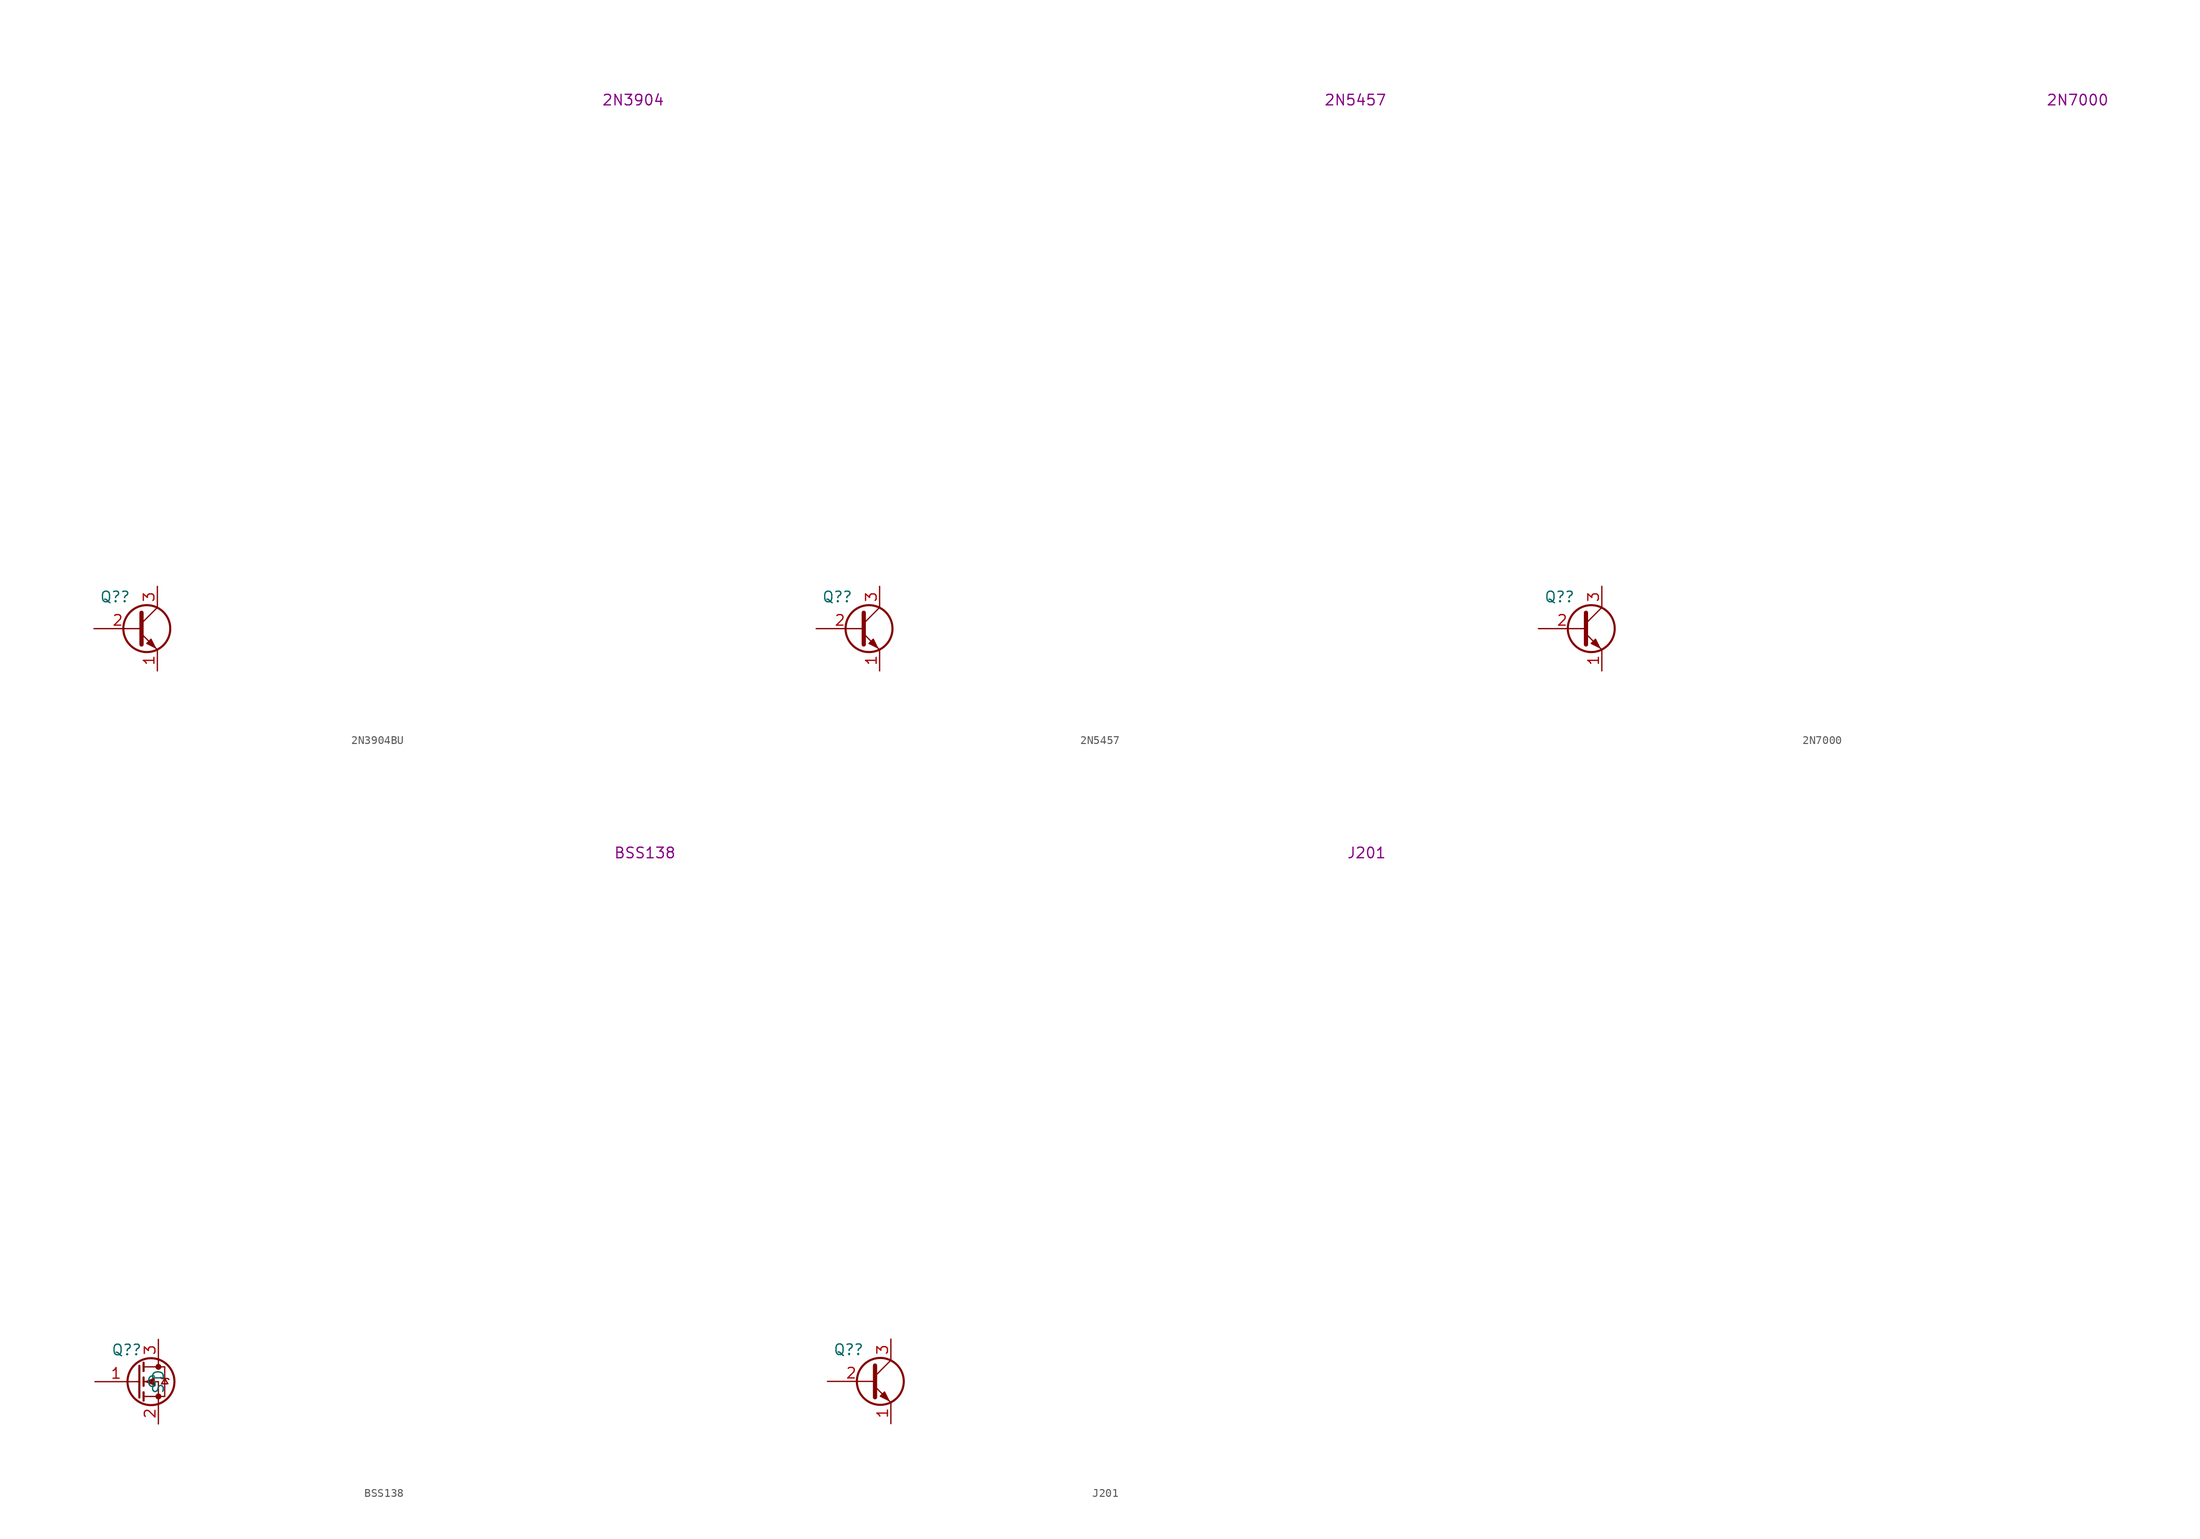
<source format=kicad_sym>
(kicad_symbol_lib
  (version 20241209)
  (generator "kicad_symbol_editor")
  (generator_version "9.0")
  (symbol "2N3904BU"
    (pin_names
      (offset 1.016))
    (property "Reference" "Q?"
      (at -3.81 3.81 0)
      (effects (font (size 1.27 1.27))))
    (property "_Value_" "2N3904"
      (at 58.42 63.5 0)
      (effects (font (size 1.27 1.27))))
    (symbol "2N3904BU_1_1"
      (polyline (pts (xy -0.635 1.905) (xy -0.635 -1.905) (xy -0.635 -1.905)) (stroke (width 0.508) (type solid)) (fill (type none)))
      (polyline (pts (xy -0.635 0.635) (xy 1.27 2.54)) (stroke (width 0) (type solid)) (fill (type none)))
      (polyline (pts (xy -0.635 -0.635) (xy 1.27 -2.54) (xy 1.27 -2.54)) (stroke (width 0) (type solid)) (fill (type none)))
      (circle (center 0 0) (radius 2.819) (stroke (width 0.254) (type solid)) (fill (type none)))
      (polyline (pts (xy 0 -1.778) (xy 0.508 -1.27) (xy 1.016 -2.286) (xy 0 -1.778) (xy 0 -1.778)) (stroke (width 0) (type solid)) (fill (type outline)))
      (pin passive line (at -6.35 0 0) (length 5.715) (name "~" (effects (font (size 1.27 1.27)))) (number "2" (effects (font (size 1.27 1.27)))))
      (pin passive line (at 1.27 5.08 270) (length 2.54) (name "~" (effects (font (size 1.27 1.27)))) (number "3" (effects (font (size 1.27 1.27)))))
      (pin passive line (at 1.27 -5.08 90) (length 2.54) (name "~" (effects (font (size 1.27 1.27)))) (number "1" (effects (font (size 1.27 1.27)))))))
  (symbol "2N5457"
    (pin_names
      (offset 1.016))
    (property "Reference" "Q?"
      (at -3.81 3.81 0)
      (effects (font (size 1.27 1.27))))
    (property "_Value_" "2N5457"
      (at 58.42 63.5 0)
      (effects (font (size 1.27 1.27))))
    (symbol "2N5457_1_1"
      (polyline (pts (xy -0.635 1.905) (xy -0.635 -1.905) (xy -0.635 -1.905)) (stroke (width 0.508) (type solid)) (fill (type none)))
      (polyline (pts (xy -0.635 0.635) (xy 1.27 2.54)) (stroke (width 0) (type solid)) (fill (type none)))
      (polyline (pts (xy -0.635 -0.635) (xy 1.27 -2.54) (xy 1.27 -2.54)) (stroke (width 0) (type solid)) (fill (type none)))
      (circle (center 0 0) (radius 2.819) (stroke (width 0.254) (type solid)) (fill (type none)))
      (polyline (pts (xy 0 -1.778) (xy 0.508 -1.27) (xy 1.016 -2.286) (xy 0 -1.778) (xy 0 -1.778)) (stroke (width 0) (type solid)) (fill (type outline)))
      (pin passive line (at -6.35 0 0) (length 5.715) (name "~" (effects (font (size 1.27 1.27)))) (number "2" (effects (font (size 1.27 1.27)))))
      (pin passive line (at 1.27 5.08 270) (length 2.54) (name "~" (effects (font (size 1.27 1.27)))) (number "3" (effects (font (size 1.27 1.27)))))
      (pin passive line (at 1.27 -5.08 90) (length 2.54) (name "~" (effects (font (size 1.27 1.27)))) (number "1" (effects (font (size 1.27 1.27)))))))
  (symbol "2N7000"
    (pin_names
      (offset 1.016))
    (property "Reference" "Q?"
      (at -3.81 3.81 0)
      (effects (font (size 1.27 1.27))))
    (property "_Value_" "2N7000"
      (at 58.42 63.5 0)
      (effects (font (size 1.27 1.27))))
    (symbol "2N7000_1_1"
      (polyline (pts (xy -0.635 1.905) (xy -0.635 -1.905) (xy -0.635 -1.905)) (stroke (width 0.508) (type solid)) (fill (type none)))
      (polyline (pts (xy -0.635 0.635) (xy 1.27 2.54)) (stroke (width 0) (type solid)) (fill (type none)))
      (polyline (pts (xy -0.635 -0.635) (xy 1.27 -2.54) (xy 1.27 -2.54)) (stroke (width 0) (type solid)) (fill (type none)))
      (circle (center 0 0) (radius 2.819) (stroke (width 0.254) (type solid)) (fill (type none)))
      (polyline (pts (xy 0 -1.778) (xy 0.508 -1.27) (xy 1.016 -2.286) (xy 0 -1.778) (xy 0 -1.778)) (stroke (width 0) (type solid)) (fill (type outline)))
      (pin passive line (at -6.35 0 0) (length 5.715) (name "~" (effects (font (size 1.27 1.27)))) (number "2" (effects (font (size 1.27 1.27)))))
      (pin passive line (at 1.27 5.08 270) (length 2.54) (name "~" (effects (font (size 1.27 1.27)))) (number "3" (effects (font (size 1.27 1.27)))))
      (pin passive line (at 1.27 -5.08 90) (length 2.54) (name "~" (effects (font (size 1.27 1.27)))) (number "1" (effects (font (size 1.27 1.27)))))))
  (symbol "BSS138"
    (pin_names
      (offset 1.016))
    (property "Reference" "Q?"
      (at -3.81 3.81 0)
      (effects (font (size 1.27 1.27))))
    (property "_Value_" "BSS138"
      (at 58.42 63.5 0)
      (effects (font (size 1.27 1.27))))
    (symbol "BSS138_1_1"
      (polyline (pts (xy -2.54 0) (xy -2.286 0)) (stroke (width 0) (type solid)) (fill (type none)))
      (polyline (pts (xy -2.286 1.905) (xy -2.286 -1.905) (xy -2.286 -1.905)) (stroke (width 0.254) (type solid)) (fill (type none)))
      (polyline (pts (xy -1.778 2.286) (xy -1.778 1.27)) (stroke (width 0.254) (type solid)) (fill (type none)))
      (polyline (pts (xy -1.778 1.778) (xy 0 1.778)) (stroke (width 0) (type solid)) (fill (type none)))
      (polyline (pts (xy -1.778 0.508) (xy -1.778 -0.508)) (stroke (width 0.254) (type solid)) (fill (type none)))
      (polyline (pts (xy -1.778 0) (xy 0 0)) (stroke (width 0) (type solid)) (fill (type none)))
      (polyline (pts (xy -1.778 -1.27) (xy -1.778 -2.286)) (stroke (width 0.254) (type solid)) (fill (type none)))
      (polyline (pts (xy -1.778 -1.778) (xy 0 -1.778)) (stroke (width 0) (type solid)) (fill (type none)))
      (polyline (pts (xy -1.524 0) (xy -0.508 0.381) (xy -0.508 -0.381) (xy -1.524 0)) (stroke (width 0) (type solid)) (fill (type outline)))
      (circle (center -0.889 0) (radius 2.819) (stroke (width 0.254) (type solid)) (fill (type none)))
      (polyline (pts (xy 0 2.54) (xy 0 1.778)) (stroke (width 0) (type solid)) (fill (type none)))
      (circle (center 0 1.778) (radius 0.279) (stroke (width 0) (type solid)) (fill (type outline)))
      (polyline (pts (xy 0 -1.778) (xy 0 0)) (stroke (width 0) (type solid)) (fill (type none)))
      (polyline (pts (xy 0 -1.778) (xy 0 -2.54)) (stroke (width 0) (type solid)) (fill (type none)))
      (polyline (pts (xy 0 -1.778) (xy 0.762 -1.778) (xy 0.762 1.778) (xy 0 1.778)) (stroke (width 0) (type solid)) (fill (type none)))
      (circle (center 0 -1.778) (radius 0.279) (stroke (width 0) (type solid)) (fill (type outline)))
      (polyline (pts (xy 0.254 0.508) (xy 0.381 0.381) (xy 1.143 0.381) (xy 1.27 0.254)) (stroke (width 0) (type solid)) (fill (type none)))
      (polyline (pts (xy 0.762 0.381) (xy 0.381 -0.254) (xy 1.143 -0.254) (xy 0.762 0.381)) (stroke (width 0) (type solid)) (fill (type none)))
      (pin input line (at -7.62 0 0) (length 5.08) (name "G" (effects (font (size 1.27 1.27)))) (number "1" (effects (font (size 1.27 1.27)))))
      (pin passive line (at 0 5.08 270) (length 2.54) (name "D" (effects (font (size 1.27 1.27)))) (number "3" (effects (font (size 1.27 1.27)))))
      (pin passive line (at 0 -5.08 90) (length 2.54) (name "S" (effects (font (size 1.27 1.27)))) (number "2" (effects (font (size 1.27 1.27)))))))
  (symbol "J201"
    (pin_names
      (offset 1.016))
    (property "Reference" "Q?"
      (at -3.81 3.81 0)
      (effects (font (size 1.27 1.27))))
    (property "_Value_" "J201"
      (at 58.42 63.5 0)
      (effects (font (size 1.27 1.27))))
    (symbol "J201_1_1"
      (polyline (pts (xy -0.635 1.905) (xy -0.635 -1.905) (xy -0.635 -1.905)) (stroke (width 0.508) (type solid)) (fill (type none)))
      (polyline (pts (xy -0.635 0.635) (xy 1.27 2.54)) (stroke (width 0) (type solid)) (fill (type none)))
      (polyline (pts (xy -0.635 -0.635) (xy 1.27 -2.54) (xy 1.27 -2.54)) (stroke (width 0) (type solid)) (fill (type none)))
      (circle (center 0 0) (radius 2.819) (stroke (width 0.254) (type solid)) (fill (type none)))
      (polyline (pts (xy 0 -1.778) (xy 0.508 -1.27) (xy 1.016 -2.286) (xy 0 -1.778) (xy 0 -1.778)) (stroke (width 0) (type solid)) (fill (type outline)))
      (pin passive line (at -6.35 0 0) (length 5.715) (name "~" (effects (font (size 1.27 1.27)))) (number "2" (effects (font (size 1.27 1.27)))))
      (pin passive line (at 1.27 5.08 270) (length 2.54) (name "~" (effects (font (size 1.27 1.27)))) (number "3" (effects (font (size 1.27 1.27)))))
      (pin passive line (at 1.27 -5.08 90) (length 2.54) (name "~" (effects (font (size 1.27 1.27)))) (number "1" (effects (font (size 1.27 1.27))))))))
</source>
